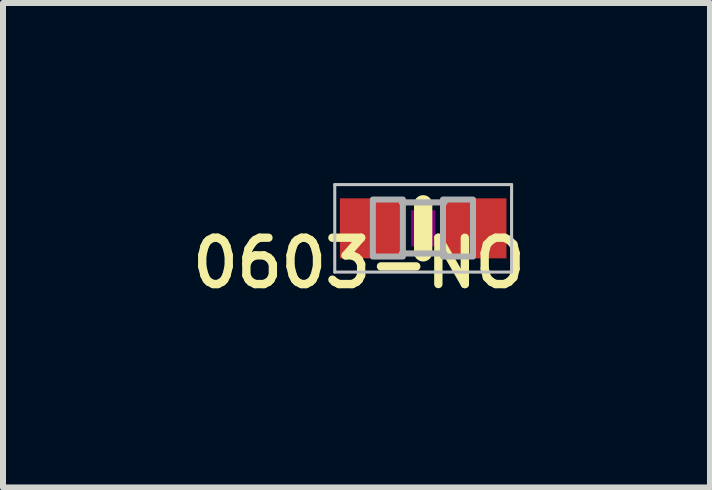
<source format=kicad_pcb>
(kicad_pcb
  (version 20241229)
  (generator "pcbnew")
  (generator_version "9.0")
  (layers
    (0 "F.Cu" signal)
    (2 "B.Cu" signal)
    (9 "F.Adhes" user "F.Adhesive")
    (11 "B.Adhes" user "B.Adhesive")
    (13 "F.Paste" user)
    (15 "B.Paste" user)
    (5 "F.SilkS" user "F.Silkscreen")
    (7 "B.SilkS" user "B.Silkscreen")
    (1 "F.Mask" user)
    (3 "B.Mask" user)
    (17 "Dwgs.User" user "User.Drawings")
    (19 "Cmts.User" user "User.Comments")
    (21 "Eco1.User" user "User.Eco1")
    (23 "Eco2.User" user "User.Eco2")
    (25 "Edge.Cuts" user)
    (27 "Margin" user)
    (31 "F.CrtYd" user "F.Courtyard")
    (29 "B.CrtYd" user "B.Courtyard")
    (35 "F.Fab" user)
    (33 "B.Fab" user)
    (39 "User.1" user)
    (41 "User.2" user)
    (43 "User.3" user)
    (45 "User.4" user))
  (footprint "0603-NO"
    (layer "F.Cu")
    (at 4 0.754)
    (property "Reference" "0603-NO" (at 1.778 0.127 180) (layer "F.SilkS") (effects (font (size 0.772 0.772) (thickness 0.139)) (justify right top)))
    (attr through_hole)
    (fp_line (start 0 -0.4) (end 0 0.4) (stroke (width 0.305) (type solid)) (layer "F.SilkS"))
    (fp_poly (pts (xy -0.2 0.3) (xy 0.2 0.3) (xy 0.2 -0.3) (xy -0.2 -0.3)) (stroke (width 0) (type solid)) (fill yes) (layer "F.Adhes"))
    (fp_line (start -1.473 -0.729) (end 1.473 -0.729) (stroke (width 0.051) (type solid)) (layer "Dwgs.User"))
    (fp_line (start -1.473 0.729) (end -1.473 -0.729) (stroke (width 0.051) (type solid)) (layer "Dwgs.User"))
    (fp_line (start 1.473 -0.729) (end 1.473 0.729) (stroke (width 0.051) (type solid)) (layer "Dwgs.User"))
    (fp_line (start 1.473 0.729) (end -1.473 0.729) (stroke (width 0.051) (type solid)) (layer "Dwgs.User"))
    (fp_line (start -0.356 -0.432) (end 0.356 -0.432) (stroke (width 0.102) (type solid)) (layer "F.Fab"))
    (fp_line (start -0.356 0.419) (end 0.356 0.419) (stroke (width 0.102) (type solid)) (layer "F.Fab"))
    (fp_poly (pts (xy -0.838 0.47) (xy -0.338 0.47) (xy -0.338 -0.48) (xy -0.838 -0.48)) (stroke (width 0.1) (type solid)) (fill no) (layer "F.Fab"))
    (fp_poly (pts (xy 0.33 0.47) (xy 0.83 0.47) (xy 0.83 -0.48) (xy 0.33 -0.48)) (stroke (width 0.1) (type solid)) (fill no) (layer "F.Fab"))
    (pad "1" smd rect (at -0.85 0) (size 1.075 1) (layers "F.Cu" "F.Mask" "F.Paste"))
    (pad "2" smd rect (at 0.85 0) (size 1.075 1) (layers "F.Cu" "F.Mask" "F.Paste")))
  (gr_rect
    (start -3 -3)
    (end 8.778 5.071)
    (stroke (width 0.1) (type default))
    (fill no)
    (layer "Edge.Cuts")))
</source>
